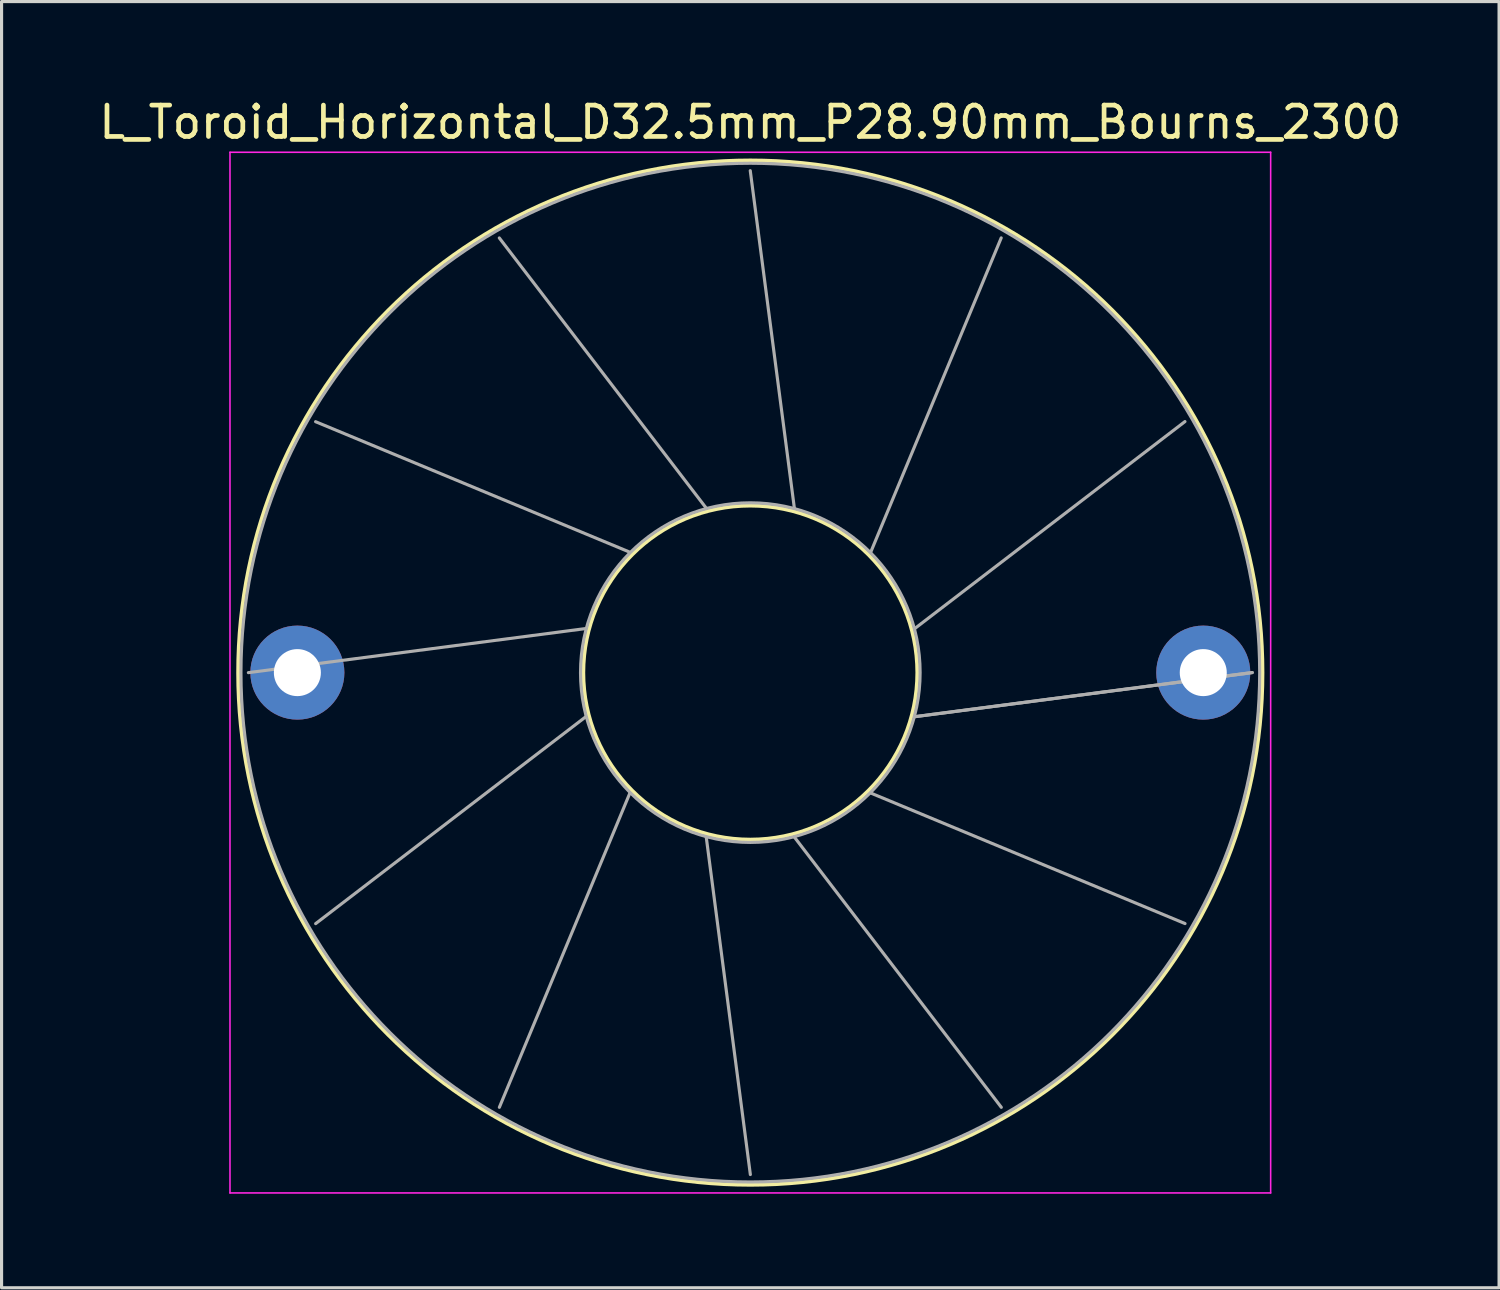
<source format=kicad_pcb>
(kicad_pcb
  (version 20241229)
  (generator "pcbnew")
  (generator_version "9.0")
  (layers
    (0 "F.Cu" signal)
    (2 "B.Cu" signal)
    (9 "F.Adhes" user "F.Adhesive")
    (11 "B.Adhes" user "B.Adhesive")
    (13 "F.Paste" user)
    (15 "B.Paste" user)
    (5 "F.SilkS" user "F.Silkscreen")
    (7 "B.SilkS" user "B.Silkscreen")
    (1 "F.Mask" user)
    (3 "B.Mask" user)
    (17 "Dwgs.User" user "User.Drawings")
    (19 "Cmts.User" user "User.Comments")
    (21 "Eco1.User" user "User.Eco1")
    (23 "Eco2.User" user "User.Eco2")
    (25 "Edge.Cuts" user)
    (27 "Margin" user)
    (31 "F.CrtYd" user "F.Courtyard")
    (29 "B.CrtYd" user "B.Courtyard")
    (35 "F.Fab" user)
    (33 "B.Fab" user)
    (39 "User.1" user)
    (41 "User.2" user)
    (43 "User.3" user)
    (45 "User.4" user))
  (footprint "L_Toroid_Horizontal_D32.5mm_P28.90mm_Bourns_2300"
    (layer "F.Cu")
    (at 6.437 18.408)
    (property "Reference" "L_Toroid_Horizontal_D32.5mm_P28.90mm_Bourns_2300" (at 14.45 -17.56 0) (layer "F.SilkS") (effects (font (size 1 1) (thickness 0.15))))
    (attr through_hole)
    (fp_circle (center 14.45 0) (end 19.777 0) (stroke (width 0.12) (type solid)) (fill no) (layer "F.SilkS"))
    (fp_circle (center 14.45 0) (end 30.79 0) (stroke (width 0.12) (type solid)) (fill no) (layer "F.SilkS"))
    (fp_line (start -2.15 -16.6) (end -2.15 16.6) (stroke (width 0.05) (type solid)) (layer "F.CrtYd"))
    (fp_line (start -2.15 16.6) (end 31.05 16.6) (stroke (width 0.05) (type solid)) (layer "F.CrtYd"))
    (fp_line (start 31.05 -16.6) (end -2.15 -16.6) (stroke (width 0.05) (type solid)) (layer "F.CrtYd"))
    (fp_line (start 31.05 16.6) (end 31.05 -16.6) (stroke (width 0.05) (type solid)) (layer "F.CrtYd"))
    (fp_line (start -1.563 0.001) (end 9.202 -1.406) (stroke (width 0.1) (type solid)) (layer "F.Fab"))
    (fp_line (start 0.581 -8.005) (end 10.608 -3.841) (stroke (width 0.1) (type solid)) (layer "F.Fab"))
    (fp_line (start 0.583 8.008) (end 9.202 1.407) (stroke (width 0.1) (type solid)) (layer "F.Fab"))
    (fp_line (start 6.442 -13.867) (end 13.043 -5.248) (stroke (width 0.1) (type solid)) (layer "F.Fab"))
    (fp_line (start 6.444 13.868) (end 10.608 3.842) (stroke (width 0.1) (type solid)) (layer "F.Fab"))
    (fp_line (start 14.448 -16.013) (end 15.855 -5.248) (stroke (width 0.1) (type solid)) (layer "F.Fab"))
    (fp_line (start 14.451 16.013) (end 13.044 5.248) (stroke (width 0.1) (type solid)) (layer "F.Fab"))
    (fp_line (start 22.454 -13.869) (end 18.291 -3.842) (stroke (width 0.1) (type solid)) (layer "F.Fab"))
    (fp_line (start 22.457 13.868) (end 15.856 5.248) (stroke (width 0.1) (type solid)) (layer "F.Fab"))
    (fp_line (start 28.316 -8.009) (end 19.698 -1.407) (stroke (width 0.1) (type solid)) (layer "F.Fab"))
    (fp_line (start 28.318 8.006) (end 18.292 3.842) (stroke (width 0.1) (type solid)) (layer "F.Fab"))
    (fp_line (start 30.463 -0.003) (end 19.698 1.405) (stroke (width 0.1) (type solid)) (layer "F.Fab"))
    (fp_line (start 30.463 0) (end 19.698 1.406) (stroke (width 0.1) (type solid)) (layer "F.Fab"))
    (fp_circle (center 14.45 0) (end 19.867 0) (stroke (width 0.1) (type solid)) (fill no) (layer "F.Fab"))
    (fp_circle (center 14.45 0) (end 30.7 0) (stroke (width 0.1) (type solid)) (fill no) (layer "F.Fab"))
    (pad "1" thru_hole circle (at 0 0) (size 3 3) (drill 1.5) (layers "*.Cu" "*.Mask"))
    (pad "2" thru_hole circle (at 28.9 0) (size 3 3) (drill 1.5) (layers "*.Cu" "*.Mask")))
  (gr_rect
    (start -3 -3)
    (end 44.774 38.033)
    (stroke (width 0.1) (type default))
    (fill no)
    (layer "Edge.Cuts")))
</source>
